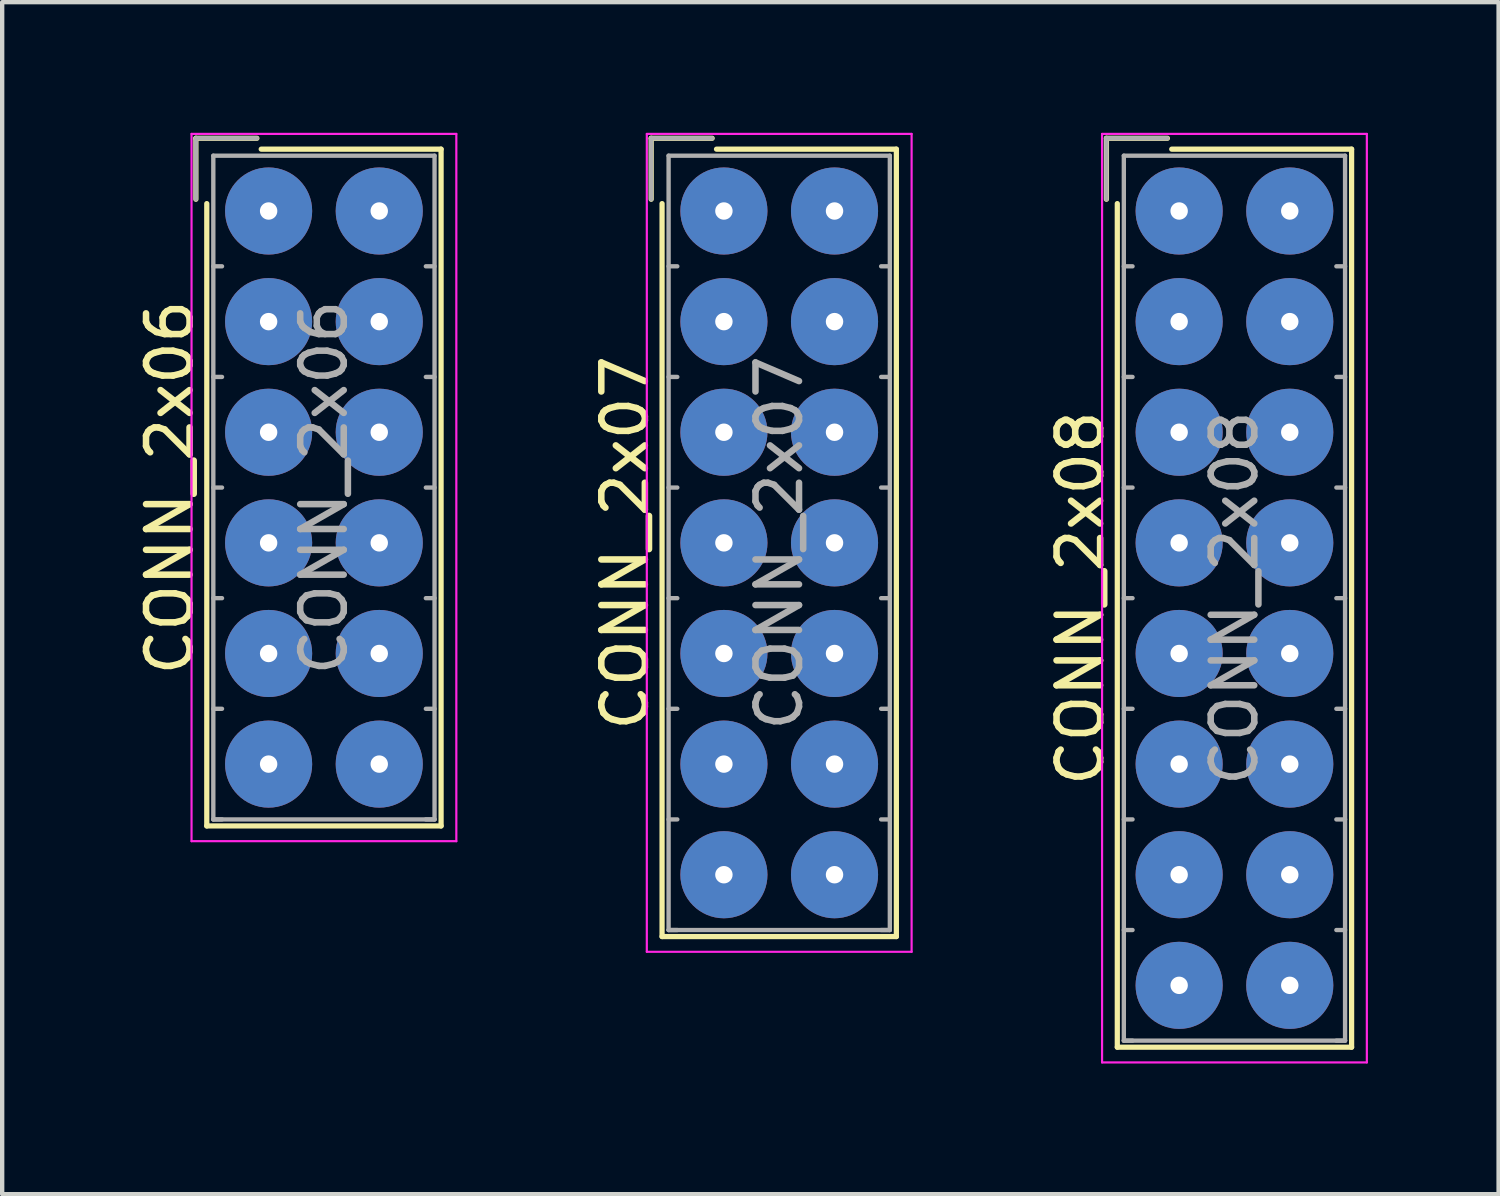
<source format=kicad_pcb>
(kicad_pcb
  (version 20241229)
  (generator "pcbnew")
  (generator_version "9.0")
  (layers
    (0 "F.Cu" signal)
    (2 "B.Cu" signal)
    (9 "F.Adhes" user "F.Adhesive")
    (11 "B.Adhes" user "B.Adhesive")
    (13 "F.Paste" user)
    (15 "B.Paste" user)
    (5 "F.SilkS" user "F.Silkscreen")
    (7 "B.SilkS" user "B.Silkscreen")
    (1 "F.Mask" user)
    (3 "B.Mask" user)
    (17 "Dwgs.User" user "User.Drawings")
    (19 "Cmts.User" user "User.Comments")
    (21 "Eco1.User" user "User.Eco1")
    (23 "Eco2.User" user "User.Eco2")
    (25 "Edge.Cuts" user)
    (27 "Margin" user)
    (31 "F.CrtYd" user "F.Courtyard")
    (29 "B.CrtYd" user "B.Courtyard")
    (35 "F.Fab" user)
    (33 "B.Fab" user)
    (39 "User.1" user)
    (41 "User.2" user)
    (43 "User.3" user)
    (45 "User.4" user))
  (footprint "CONN_2x07"
    (layer "F.Cu")
    (at 13.572 1.795)
    (property "Reference" "CONN_2x07" (at -2.27 7.62 90) (layer "F.SilkS") (effects (font (size 1 1) (thickness 0.15))))
    (attr through_hole)
    (fp_line (start -1.67 -1.67) (end -1.67 -0.27) (stroke (width 0.12) (type solid)) (layer "F.SilkS"))
    (fp_line (start -1.42 16.66) (end -1.42 -0.17) (stroke (width 0.12) (type solid)) (layer "F.SilkS"))
    (fp_line (start -0.27 -1.67) (end -1.67 -1.67) (stroke (width 0.12) (type solid)) (layer "F.SilkS"))
    (fp_line (start -0.17 -1.42) (end 3.96 -1.42) (stroke (width 0.12) (type solid)) (layer "F.SilkS"))
    (fp_line (start 3.96 -1.42) (end 3.96 16.66) (stroke (width 0.12) (type solid)) (layer "F.SilkS"))
    (fp_line (start 3.96 16.66) (end -1.42 16.66) (stroke (width 0.12) (type solid)) (layer "F.SilkS"))
    (fp_line (start -1.77 -1.77) (end -1.77 17.01) (stroke (width 0.05) (type solid)) (layer "F.CrtYd"))
    (fp_line (start -1.77 17.01) (end 4.31 17.01) (stroke (width 0.05) (type solid)) (layer "F.CrtYd"))
    (fp_line (start 4.31 -1.77) (end -1.77 -1.77) (stroke (width 0.05) (type solid)) (layer "F.CrtYd"))
    (fp_line (start 4.31 17.01) (end 4.31 -1.77) (stroke (width 0.05) (type solid)) (layer "F.CrtYd"))
    (fp_line (start -1.67 -1.67) (end -1.67 -0.27) (stroke (width 0.1) (type solid)) (layer "F.Fab"))
    (fp_line (start -1.27 -1.27) (end -1.27 16.51) (stroke (width 0.1) (type solid)) (layer "F.Fab"))
    (fp_line (start -1.27 1.27) (end -1.07 1.27) (stroke (width 0.1) (type solid)) (layer "F.Fab"))
    (fp_line (start -1.27 3.81) (end -1.07 3.81) (stroke (width 0.1) (type solid)) (layer "F.Fab"))
    (fp_line (start -1.27 6.35) (end -1.07 6.35) (stroke (width 0.1) (type solid)) (layer "F.Fab"))
    (fp_line (start -1.27 8.89) (end -1.07 8.89) (stroke (width 0.1) (type solid)) (layer "F.Fab"))
    (fp_line (start -1.27 11.43) (end -1.07 11.43) (stroke (width 0.1) (type solid)) (layer "F.Fab"))
    (fp_line (start -1.27 13.97) (end -1.07 13.97) (stroke (width 0.1) (type solid)) (layer "F.Fab"))
    (fp_line (start -1.27 16.51) (end -1.07 16.51) (stroke (width 0.1) (type solid)) (layer "F.Fab"))
    (fp_line (start -1.27 16.51) (end 3.81 16.51) (stroke (width 0.1) (type solid)) (layer "F.Fab"))
    (fp_line (start -0.27 -1.67) (end -1.67 -1.67) (stroke (width 0.1) (type solid)) (layer "F.Fab"))
    (fp_line (start 3.81 -1.27) (end -1.27 -1.27) (stroke (width 0.1) (type solid)) (layer "F.Fab"))
    (fp_line (start 3.81 1.27) (end 3.61 1.27) (stroke (width 0.1) (type solid)) (layer "F.Fab"))
    (fp_line (start 3.81 3.81) (end 3.61 3.81) (stroke (width 0.1) (type solid)) (layer "F.Fab"))
    (fp_line (start 3.81 6.35) (end 3.61 6.35) (stroke (width 0.1) (type solid)) (layer "F.Fab"))
    (fp_line (start 3.81 8.89) (end 3.61 8.89) (stroke (width 0.1) (type solid)) (layer "F.Fab"))
    (fp_line (start 3.81 11.43) (end 3.61 11.43) (stroke (width 0.1) (type solid)) (layer "F.Fab"))
    (fp_line (start 3.81 13.97) (end 3.61 13.97) (stroke (width 0.1) (type solid)) (layer "F.Fab"))
    (fp_line (start 3.81 16.51) (end 3.61 16.51) (stroke (width 0.1) (type solid)) (layer "F.Fab"))
    (fp_line (start 3.81 16.51) (end 3.81 -1.27) (stroke (width 0.1) (type solid)) (layer "F.Fab"))
    (fp_text user "${REFERENCE}" (at 1.27 7.62 90) (layer "F.Fab") (effects (font (size 1 1) (thickness 0.15))))
    (pad "1" thru_hole circle (at 0 0) (size 2 2) (drill 0.4) (layers "*.Cu" "*.Mask"))
    (pad "2" thru_hole circle (at 2.54 0) (size 2 2) (drill 0.4) (layers "*.Cu" "*.Mask"))
    (pad "3" thru_hole circle (at 0 2.54) (size 2 2) (drill 0.4) (layers "*.Cu" "*.Mask"))
    (pad "4" thru_hole circle (at 2.54 2.54) (size 2 2) (drill 0.4) (layers "*.Cu" "*.Mask"))
    (pad "5" thru_hole circle (at 0 5.08) (size 2 2) (drill 0.4) (layers "*.Cu" "*.Mask"))
    (pad "6" thru_hole circle (at 2.54 5.08) (size 2 2) (drill 0.4) (layers "*.Cu" "*.Mask"))
    (pad "7" thru_hole circle (at 0 7.62) (size 2 2) (drill 0.4) (layers "*.Cu" "*.Mask"))
    (pad "8" thru_hole circle (at 2.54 7.62) (size 2 2) (drill 0.4) (layers "*.Cu" "*.Mask"))
    (pad "9" thru_hole circle (at 0 10.16) (size 2 2) (drill 0.4) (layers "*.Cu" "*.Mask"))
    (pad "10" thru_hole circle (at 2.54 10.16) (size 2 2) (drill 0.4) (layers "*.Cu" "*.Mask"))
    (pad "11" thru_hole circle (at 0 12.7) (size 2 2) (drill 0.4) (layers "*.Cu" "*.Mask"))
    (pad "12" thru_hole circle (at 2.54 12.7) (size 2 2) (drill 0.4) (layers "*.Cu" "*.Mask"))
    (pad "13" thru_hole circle (at 0 15.24) (size 2 2) (drill 0.4) (layers "*.Cu" "*.Mask"))
    (pad "14" thru_hole circle (at 2.54 15.24) (size 2 2) (drill 0.4) (layers "*.Cu" "*.Mask")))
  (footprint "CONN_2x06"
    (layer "F.Cu")
    (at 3.118 1.795)
    (property "Reference" "CONN_2x06" (at -2.27 6.35 90) (layer "F.SilkS") (effects (font (size 1 1) (thickness 0.15))))
    (attr through_hole)
    (fp_line (start -1.67 -1.67) (end -1.67 -0.27) (stroke (width 0.12) (type solid)) (layer "F.SilkS"))
    (fp_line (start -1.42 14.12) (end -1.42 -0.17) (stroke (width 0.12) (type solid)) (layer "F.SilkS"))
    (fp_line (start -0.27 -1.67) (end -1.67 -1.67) (stroke (width 0.12) (type solid)) (layer "F.SilkS"))
    (fp_line (start -0.17 -1.42) (end 3.96 -1.42) (stroke (width 0.12) (type solid)) (layer "F.SilkS"))
    (fp_line (start 3.96 -1.42) (end 3.96 14.12) (stroke (width 0.12) (type solid)) (layer "F.SilkS"))
    (fp_line (start 3.96 14.12) (end -1.42 14.12) (stroke (width 0.12) (type solid)) (layer "F.SilkS"))
    (fp_line (start -1.77 -1.77) (end -1.77 14.47) (stroke (width 0.05) (type solid)) (layer "F.CrtYd"))
    (fp_line (start -1.77 14.47) (end 4.31 14.47) (stroke (width 0.05) (type solid)) (layer "F.CrtYd"))
    (fp_line (start 4.31 -1.77) (end -1.77 -1.77) (stroke (width 0.05) (type solid)) (layer "F.CrtYd"))
    (fp_line (start 4.31 14.47) (end 4.31 -1.77) (stroke (width 0.05) (type solid)) (layer "F.CrtYd"))
    (fp_line (start -1.67 -1.67) (end -1.67 -0.27) (stroke (width 0.1) (type solid)) (layer "F.Fab"))
    (fp_line (start -1.27 -1.27) (end -1.27 13.97) (stroke (width 0.1) (type solid)) (layer "F.Fab"))
    (fp_line (start -1.27 1.27) (end -1.07 1.27) (stroke (width 0.1) (type solid)) (layer "F.Fab"))
    (fp_line (start -1.27 3.81) (end -1.07 3.81) (stroke (width 0.1) (type solid)) (layer "F.Fab"))
    (fp_line (start -1.27 6.35) (end -1.07 6.35) (stroke (width 0.1) (type solid)) (layer "F.Fab"))
    (fp_line (start -1.27 8.89) (end -1.07 8.89) (stroke (width 0.1) (type solid)) (layer "F.Fab"))
    (fp_line (start -1.27 11.43) (end -1.07 11.43) (stroke (width 0.1) (type solid)) (layer "F.Fab"))
    (fp_line (start -1.27 13.97) (end -1.07 13.97) (stroke (width 0.1) (type solid)) (layer "F.Fab"))
    (fp_line (start -1.27 13.97) (end 3.81 13.97) (stroke (width 0.1) (type solid)) (layer "F.Fab"))
    (fp_line (start -0.27 -1.67) (end -1.67 -1.67) (stroke (width 0.1) (type solid)) (layer "F.Fab"))
    (fp_line (start 3.81 -1.27) (end -1.27 -1.27) (stroke (width 0.1) (type solid)) (layer "F.Fab"))
    (fp_line (start 3.81 1.27) (end 3.61 1.27) (stroke (width 0.1) (type solid)) (layer "F.Fab"))
    (fp_line (start 3.81 3.81) (end 3.61 3.81) (stroke (width 0.1) (type solid)) (layer "F.Fab"))
    (fp_line (start 3.81 6.35) (end 3.61 6.35) (stroke (width 0.1) (type solid)) (layer "F.Fab"))
    (fp_line (start 3.81 8.89) (end 3.61 8.89) (stroke (width 0.1) (type solid)) (layer "F.Fab"))
    (fp_line (start 3.81 11.43) (end 3.61 11.43) (stroke (width 0.1) (type solid)) (layer "F.Fab"))
    (fp_line (start 3.81 13.97) (end 3.61 13.97) (stroke (width 0.1) (type solid)) (layer "F.Fab"))
    (fp_line (start 3.81 13.97) (end 3.81 -1.27) (stroke (width 0.1) (type solid)) (layer "F.Fab"))
    (fp_text user "${REFERENCE}" (at 1.27 6.35 90) (layer "F.Fab") (effects (font (size 1 1) (thickness 0.15))))
    (pad "1" thru_hole circle (at 0 0) (size 2 2) (drill 0.4) (layers "*.Cu" "*.Mask"))
    (pad "2" thru_hole circle (at 2.54 0) (size 2 2) (drill 0.4) (layers "*.Cu" "*.Mask"))
    (pad "3" thru_hole circle (at 0 2.54) (size 2 2) (drill 0.4) (layers "*.Cu" "*.Mask"))
    (pad "4" thru_hole circle (at 2.54 2.54) (size 2 2) (drill 0.4) (layers "*.Cu" "*.Mask"))
    (pad "5" thru_hole circle (at 0 5.08) (size 2 2) (drill 0.4) (layers "*.Cu" "*.Mask"))
    (pad "6" thru_hole circle (at 2.54 5.08) (size 2 2) (drill 0.4) (layers "*.Cu" "*.Mask"))
    (pad "7" thru_hole circle (at 0 7.62) (size 2 2) (drill 0.4) (layers "*.Cu" "*.Mask"))
    (pad "8" thru_hole circle (at 2.54 7.62) (size 2 2) (drill 0.4) (layers "*.Cu" "*.Mask"))
    (pad "9" thru_hole circle (at 0 10.16) (size 2 2) (drill 0.4) (layers "*.Cu" "*.Mask"))
    (pad "10" thru_hole circle (at 2.54 10.16) (size 2 2) (drill 0.4) (layers "*.Cu" "*.Mask"))
    (pad "11" thru_hole circle (at 0 12.7) (size 2 2) (drill 0.4) (layers "*.Cu" "*.Mask"))
    (pad "12" thru_hole circle (at 2.54 12.7) (size 2 2) (drill 0.4) (layers "*.Cu" "*.Mask")))
  (footprint "CONN_2x08"
    (layer "F.Cu")
    (at 24.025 1.795)
    (property "Reference" "CONN_2x08" (at -2.27 8.89 90) (layer "F.SilkS") (effects (font (size 1 1) (thickness 0.15))))
    (attr through_hole)
    (fp_line (start -1.67 -1.67) (end -1.67 -0.27) (stroke (width 0.12) (type solid)) (layer "F.SilkS"))
    (fp_line (start -1.42 19.2) (end -1.42 -0.17) (stroke (width 0.12) (type solid)) (layer "F.SilkS"))
    (fp_line (start -0.27 -1.67) (end -1.67 -1.67) (stroke (width 0.12) (type solid)) (layer "F.SilkS"))
    (fp_line (start -0.17 -1.42) (end 3.96 -1.42) (stroke (width 0.12) (type solid)) (layer "F.SilkS"))
    (fp_line (start 3.96 -1.42) (end 3.96 19.2) (stroke (width 0.12) (type solid)) (layer "F.SilkS"))
    (fp_line (start 3.96 19.2) (end -1.42 19.2) (stroke (width 0.12) (type solid)) (layer "F.SilkS"))
    (fp_line (start -1.77 -1.77) (end -1.77 19.55) (stroke (width 0.05) (type solid)) (layer "F.CrtYd"))
    (fp_line (start -1.77 19.55) (end 4.31 19.55) (stroke (width 0.05) (type solid)) (layer "F.CrtYd"))
    (fp_line (start 4.31 -1.77) (end -1.77 -1.77) (stroke (width 0.05) (type solid)) (layer "F.CrtYd"))
    (fp_line (start 4.31 19.55) (end 4.31 -1.77) (stroke (width 0.05) (type solid)) (layer "F.CrtYd"))
    (fp_line (start -1.67 -1.67) (end -1.67 -0.27) (stroke (width 0.1) (type solid)) (layer "F.Fab"))
    (fp_line (start -1.27 -1.27) (end -1.27 19.05) (stroke (width 0.1) (type solid)) (layer "F.Fab"))
    (fp_line (start -1.27 1.27) (end -1.07 1.27) (stroke (width 0.1) (type solid)) (layer "F.Fab"))
    (fp_line (start -1.27 3.81) (end -1.07 3.81) (stroke (width 0.1) (type solid)) (layer "F.Fab"))
    (fp_line (start -1.27 6.35) (end -1.07 6.35) (stroke (width 0.1) (type solid)) (layer "F.Fab"))
    (fp_line (start -1.27 8.89) (end -1.07 8.89) (stroke (width 0.1) (type solid)) (layer "F.Fab"))
    (fp_line (start -1.27 11.43) (end -1.07 11.43) (stroke (width 0.1) (type solid)) (layer "F.Fab"))
    (fp_line (start -1.27 13.97) (end -1.07 13.97) (stroke (width 0.1) (type solid)) (layer "F.Fab"))
    (fp_line (start -1.27 16.51) (end -1.07 16.51) (stroke (width 0.1) (type solid)) (layer "F.Fab"))
    (fp_line (start -1.27 19.05) (end -1.07 19.05) (stroke (width 0.1) (type solid)) (layer "F.Fab"))
    (fp_line (start -1.27 19.05) (end 3.81 19.05) (stroke (width 0.1) (type solid)) (layer "F.Fab"))
    (fp_line (start -0.27 -1.67) (end -1.67 -1.67) (stroke (width 0.1) (type solid)) (layer "F.Fab"))
    (fp_line (start 3.81 -1.27) (end -1.27 -1.27) (stroke (width 0.1) (type solid)) (layer "F.Fab"))
    (fp_line (start 3.81 1.27) (end 3.61 1.27) (stroke (width 0.1) (type solid)) (layer "F.Fab"))
    (fp_line (start 3.81 3.81) (end 3.61 3.81) (stroke (width 0.1) (type solid)) (layer "F.Fab"))
    (fp_line (start 3.81 6.35) (end 3.61 6.35) (stroke (width 0.1) (type solid)) (layer "F.Fab"))
    (fp_line (start 3.81 8.89) (end 3.61 8.89) (stroke (width 0.1) (type solid)) (layer "F.Fab"))
    (fp_line (start 3.81 11.43) (end 3.61 11.43) (stroke (width 0.1) (type solid)) (layer "F.Fab"))
    (fp_line (start 3.81 13.97) (end 3.61 13.97) (stroke (width 0.1) (type solid)) (layer "F.Fab"))
    (fp_line (start 3.81 16.51) (end 3.61 16.51) (stroke (width 0.1) (type solid)) (layer "F.Fab"))
    (fp_line (start 3.81 19.05) (end 3.61 19.05) (stroke (width 0.1) (type solid)) (layer "F.Fab"))
    (fp_line (start 3.81 19.05) (end 3.81 -1.27) (stroke (width 0.1) (type solid)) (layer "F.Fab"))
    (fp_text user "${REFERENCE}" (at 1.27 8.89 90) (layer "F.Fab") (effects (font (size 1 1) (thickness 0.15))))
    (pad "1" thru_hole circle (at 0 0) (size 2 2) (drill 0.4) (layers "*.Cu" "*.Mask"))
    (pad "2" thru_hole circle (at 2.54 0) (size 2 2) (drill 0.4) (layers "*.Cu" "*.Mask"))
    (pad "3" thru_hole circle (at 0 2.54) (size 2 2) (drill 0.4) (layers "*.Cu" "*.Mask"))
    (pad "4" thru_hole circle (at 2.54 2.54) (size 2 2) (drill 0.4) (layers "*.Cu" "*.Mask"))
    (pad "5" thru_hole circle (at 0 5.08) (size 2 2) (drill 0.4) (layers "*.Cu" "*.Mask"))
    (pad "6" thru_hole circle (at 2.54 5.08) (size 2 2) (drill 0.4) (layers "*.Cu" "*.Mask"))
    (pad "7" thru_hole circle (at 0 7.62) (size 2 2) (drill 0.4) (layers "*.Cu" "*.Mask"))
    (pad "8" thru_hole circle (at 2.54 7.62) (size 2 2) (drill 0.4) (layers "*.Cu" "*.Mask"))
    (pad "9" thru_hole circle (at 0 10.16) (size 2 2) (drill 0.4) (layers "*.Cu" "*.Mask"))
    (pad "10" thru_hole circle (at 2.54 10.16) (size 2 2) (drill 0.4) (layers "*.Cu" "*.Mask"))
    (pad "11" thru_hole circle (at 0 12.7) (size 2 2) (drill 0.4) (layers "*.Cu" "*.Mask"))
    (pad "12" thru_hole circle (at 2.54 12.7) (size 2 2) (drill 0.4) (layers "*.Cu" "*.Mask"))
    (pad "13" thru_hole circle (at 0 15.24) (size 2 2) (drill 0.4) (layers "*.Cu" "*.Mask"))
    (pad "14" thru_hole circle (at 2.54 15.24) (size 2 2) (drill 0.4) (layers "*.Cu" "*.Mask"))
    (pad "15" thru_hole circle (at 0 17.78) (size 2 2) (drill 0.4) (layers "*.Cu" "*.Mask"))
    (pad "16" thru_hole circle (at 2.54 17.78) (size 2 2) (drill 0.4) (layers "*.Cu" "*.Mask")))
  (gr_rect
    (start -3 -3)
    (end 31.36 24.37)
    (stroke (width 0.1) (type default))
    (fill no)
    (layer "Edge.Cuts")))
</source>
